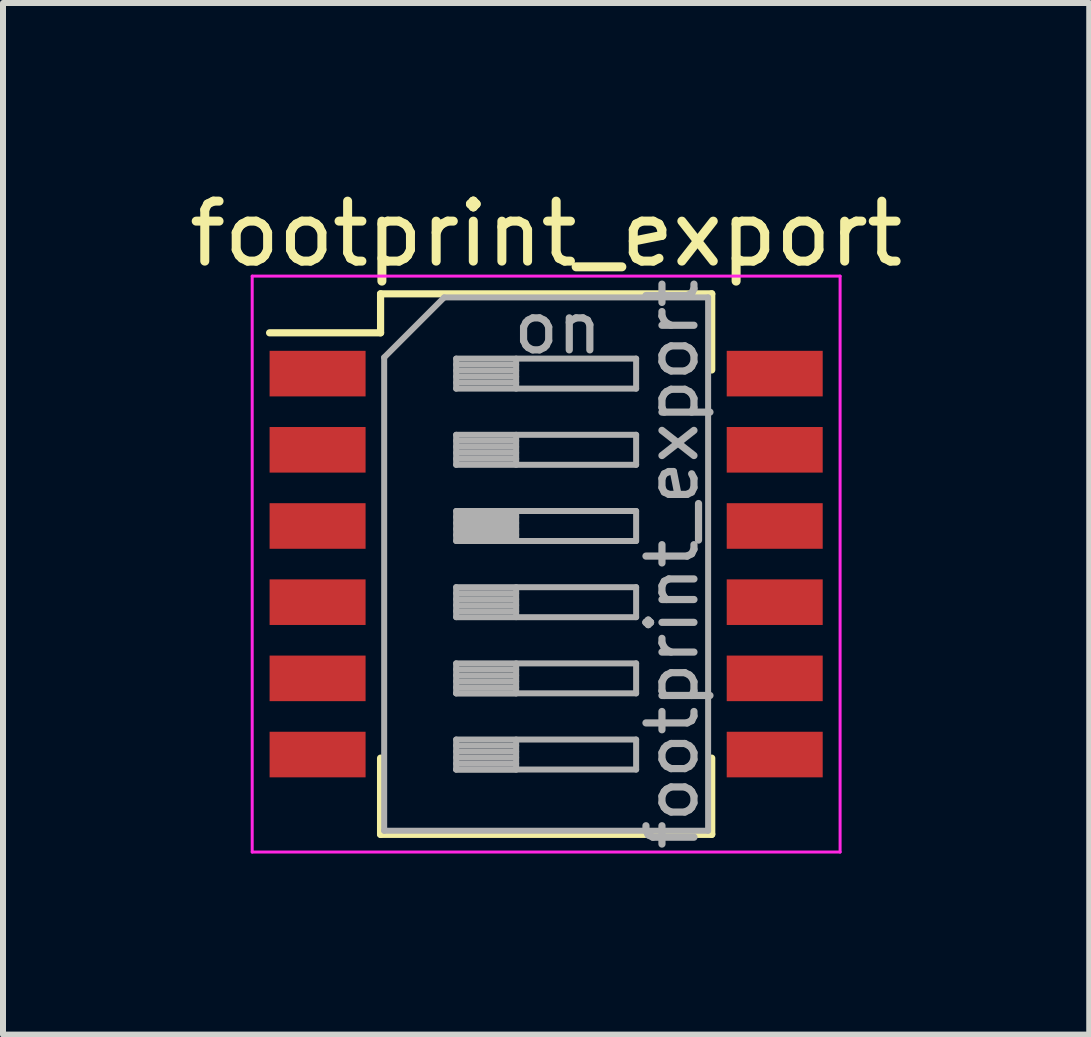
<source format=kicad_pcb>
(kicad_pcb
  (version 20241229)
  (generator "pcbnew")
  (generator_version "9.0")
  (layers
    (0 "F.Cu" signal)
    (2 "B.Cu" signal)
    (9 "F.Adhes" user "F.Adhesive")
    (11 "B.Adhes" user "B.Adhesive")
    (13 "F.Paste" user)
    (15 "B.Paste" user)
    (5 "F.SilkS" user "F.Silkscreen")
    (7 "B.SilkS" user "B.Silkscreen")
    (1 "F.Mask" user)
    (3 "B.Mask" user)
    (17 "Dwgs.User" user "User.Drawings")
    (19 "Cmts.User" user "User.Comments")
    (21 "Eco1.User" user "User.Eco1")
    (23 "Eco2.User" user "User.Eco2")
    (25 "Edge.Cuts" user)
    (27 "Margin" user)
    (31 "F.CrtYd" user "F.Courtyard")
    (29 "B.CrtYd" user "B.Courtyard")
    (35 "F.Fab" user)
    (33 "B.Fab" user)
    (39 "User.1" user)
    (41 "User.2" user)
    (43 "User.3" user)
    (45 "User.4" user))
  (footprint "footprint_export"
    (layer "F.Cu")
    (at 6.054 6.353)
    (property "Reference" "footprint_export" (at 0 -5.505 0) (layer "F.SilkS") (effects (font (size 1 1) (thickness 0.15))))
    (attr smd)
    (fp_line (start -4.61 -3.855) (end -2.76 -3.855) (stroke (width 0.12) (type solid)) (layer "F.SilkS"))
    (fp_line (start -2.76 -4.505) (end -2.76 -3.855) (stroke (width 0.12) (type solid)) (layer "F.SilkS"))
    (fp_line (start -2.76 -4.505) (end 2.76 -4.505) (stroke (width 0.12) (type solid)) (layer "F.SilkS"))
    (fp_line (start -2.76 3.235) (end -2.76 4.505) (stroke (width 0.12) (type solid)) (layer "F.SilkS"))
    (fp_line (start -2.76 4.505) (end 2.76 4.505) (stroke (width 0.12) (type solid)) (layer "F.SilkS"))
    (fp_line (start 2.76 -4.505) (end 2.76 -3.236) (stroke (width 0.12) (type solid)) (layer "F.SilkS"))
    (fp_line (start 2.76 3.235) (end 2.76 4.505) (stroke (width 0.12) (type solid)) (layer "F.SilkS"))
    (fp_line (start -4.9 -4.8) (end -4.9 4.8) (stroke (width 0.05) (type solid)) (layer "F.CrtYd"))
    (fp_line (start -4.9 4.8) (end 4.9 4.8) (stroke (width 0.05) (type solid)) (layer "F.CrtYd"))
    (fp_line (start 4.9 -4.8) (end -4.9 -4.8) (stroke (width 0.05) (type solid)) (layer "F.CrtYd"))
    (fp_line (start 4.9 4.8) (end 4.9 -4.8) (stroke (width 0.05) (type solid)) (layer "F.CrtYd"))
    (fp_line (start -2.7 -3.445) (end -1.7 -4.445) (stroke (width 0.1) (type solid)) (layer "F.Fab"))
    (fp_line (start -2.7 4.445) (end -2.7 -3.445) (stroke (width 0.1) (type solid)) (layer "F.Fab"))
    (fp_line (start -1.7 -4.445) (end 2.7 -4.445) (stroke (width 0.1) (type solid)) (layer "F.Fab"))
    (fp_line (start -1.5 -3.425) (end -1.5 -2.925) (stroke (width 0.1) (type solid)) (layer "F.Fab"))
    (fp_line (start -1.5 -3.325) (end -0.5 -3.325) (stroke (width 0.1) (type solid)) (layer "F.Fab"))
    (fp_line (start -1.5 -3.225) (end -0.5 -3.225) (stroke (width 0.1) (type solid)) (layer "F.Fab"))
    (fp_line (start -1.5 -3.125) (end -0.5 -3.125) (stroke (width 0.1) (type solid)) (layer "F.Fab"))
    (fp_line (start -1.5 -3.025) (end -0.5 -3.025) (stroke (width 0.1) (type solid)) (layer "F.Fab"))
    (fp_line (start -1.5 -2.925) (end 1.5 -2.925) (stroke (width 0.1) (type solid)) (layer "F.Fab"))
    (fp_line (start -1.5 -2.155) (end -1.5 -1.655) (stroke (width 0.1) (type solid)) (layer "F.Fab"))
    (fp_line (start -1.5 -2.055) (end -0.5 -2.055) (stroke (width 0.1) (type solid)) (layer "F.Fab"))
    (fp_line (start -1.5 -1.955) (end -0.5 -1.955) (stroke (width 0.1) (type solid)) (layer "F.Fab"))
    (fp_line (start -1.5 -1.855) (end -0.5 -1.855) (stroke (width 0.1) (type solid)) (layer "F.Fab"))
    (fp_line (start -1.5 -1.755) (end -0.5 -1.755) (stroke (width 0.1) (type solid)) (layer "F.Fab"))
    (fp_line (start -1.5 -1.655) (end 1.5 -1.655) (stroke (width 0.1) (type solid)) (layer "F.Fab"))
    (fp_line (start -1.5 -0.885) (end -1.5 -0.385) (stroke (width 0.1) (type solid)) (layer "F.Fab"))
    (fp_line (start -1.5 -0.785) (end -0.5 -0.785) (stroke (width 0.1) (type solid)) (layer "F.Fab"))
    (fp_line (start -1.5 -0.685) (end -0.5 -0.685) (stroke (width 0.1) (type solid)) (layer "F.Fab"))
    (fp_line (start -1.5 -0.585) (end -0.5 -0.585) (stroke (width 0.1) (type solid)) (layer "F.Fab"))
    (fp_line (start -1.5 -0.485) (end -0.5 -0.485) (stroke (width 0.1) (type solid)) (layer "F.Fab"))
    (fp_line (start -1.5 -0.385) (end 1.5 -0.385) (stroke (width 0.1) (type solid)) (layer "F.Fab"))
    (fp_line (start -1.5 0.385) (end -1.5 0.885) (stroke (width 0.1) (type solid)) (layer "F.Fab"))
    (fp_line (start -1.5 0.485) (end -0.5 0.485) (stroke (width 0.1) (type solid)) (layer "F.Fab"))
    (fp_line (start -1.5 0.585) (end -0.5 0.585) (stroke (width 0.1) (type solid)) (layer "F.Fab"))
    (fp_line (start -1.5 0.685) (end -0.5 0.685) (stroke (width 0.1) (type solid)) (layer "F.Fab"))
    (fp_line (start -1.5 0.785) (end -0.5 0.785) (stroke (width 0.1) (type solid)) (layer "F.Fab"))
    (fp_line (start -1.5 0.885) (end 1.5 0.885) (stroke (width 0.1) (type solid)) (layer "F.Fab"))
    (fp_line (start -1.5 1.655) (end -1.5 2.155) (stroke (width 0.1) (type solid)) (layer "F.Fab"))
    (fp_line (start -1.5 1.755) (end -0.5 1.755) (stroke (width 0.1) (type solid)) (layer "F.Fab"))
    (fp_line (start -1.5 1.855) (end -0.5 1.855) (stroke (width 0.1) (type solid)) (layer "F.Fab"))
    (fp_line (start -1.5 1.955) (end -0.5 1.955) (stroke (width 0.1) (type solid)) (layer "F.Fab"))
    (fp_line (start -1.5 2.055) (end -0.5 2.055) (stroke (width 0.1) (type solid)) (layer "F.Fab"))
    (fp_line (start -1.5 2.155) (end -0.5 2.155) (stroke (width 0.1) (type solid)) (layer "F.Fab"))
    (fp_line (start -1.5 2.155) (end 1.5 2.155) (stroke (width 0.1) (type solid)) (layer "F.Fab"))
    (fp_line (start -1.5 2.925) (end -1.5 3.425) (stroke (width 0.1) (type solid)) (layer "F.Fab"))
    (fp_line (start -1.5 3.025) (end -0.5 3.025) (stroke (width 0.1) (type solid)) (layer "F.Fab"))
    (fp_line (start -1.5 3.125) (end -0.5 3.125) (stroke (width 0.1) (type solid)) (layer "F.Fab"))
    (fp_line (start -1.5 3.225) (end -0.5 3.225) (stroke (width 0.1) (type solid)) (layer "F.Fab"))
    (fp_line (start -1.5 3.325) (end -0.5 3.325) (stroke (width 0.1) (type solid)) (layer "F.Fab"))
    (fp_line (start -1.5 3.425) (end -0.5 3.425) (stroke (width 0.1) (type solid)) (layer "F.Fab"))
    (fp_line (start -1.5 3.425) (end 1.5 3.425) (stroke (width 0.1) (type solid)) (layer "F.Fab"))
    (fp_line (start -0.5 -3.425) (end -0.5 -2.925) (stroke (width 0.1) (type solid)) (layer "F.Fab"))
    (fp_line (start -0.5 -2.155) (end -0.5 -1.655) (stroke (width 0.1) (type solid)) (layer "F.Fab"))
    (fp_line (start -0.5 -0.885) (end -0.5 -0.385) (stroke (width 0.1) (type solid)) (layer "F.Fab"))
    (fp_line (start -0.5 0.385) (end -0.5 0.885) (stroke (width 0.1) (type solid)) (layer "F.Fab"))
    (fp_line (start -0.5 1.655) (end -0.5 2.155) (stroke (width 0.1) (type solid)) (layer "F.Fab"))
    (fp_line (start -0.5 2.925) (end -0.5 3.425) (stroke (width 0.1) (type solid)) (layer "F.Fab"))
    (fp_line (start 1.5 -3.425) (end -1.5 -3.425) (stroke (width 0.1) (type solid)) (layer "F.Fab"))
    (fp_line (start 1.5 -2.925) (end 1.5 -3.425) (stroke (width 0.1) (type solid)) (layer "F.Fab"))
    (fp_line (start 1.5 -2.155) (end -1.5 -2.155) (stroke (width 0.1) (type solid)) (layer "F.Fab"))
    (fp_line (start 1.5 -1.655) (end 1.5 -2.155) (stroke (width 0.1) (type solid)) (layer "F.Fab"))
    (fp_line (start 1.5 -0.885) (end -1.5 -0.885) (stroke (width 0.1) (type solid)) (layer "F.Fab"))
    (fp_line (start 1.5 -0.385) (end 1.5 -0.885) (stroke (width 0.1) (type solid)) (layer "F.Fab"))
    (fp_line (start 1.5 0.385) (end -1.5 0.385) (stroke (width 0.1) (type solid)) (layer "F.Fab"))
    (fp_line (start 1.5 0.885) (end 1.5 0.385) (stroke (width 0.1) (type solid)) (layer "F.Fab"))
    (fp_line (start 1.5 1.655) (end -1.5 1.655) (stroke (width 0.1) (type solid)) (layer "F.Fab"))
    (fp_line (start 1.5 2.155) (end 1.5 1.655) (stroke (width 0.1) (type solid)) (layer "F.Fab"))
    (fp_line (start 1.5 2.925) (end -1.5 2.925) (stroke (width 0.1) (type solid)) (layer "F.Fab"))
    (fp_line (start 1.5 3.425) (end 1.5 2.925) (stroke (width 0.1) (type solid)) (layer "F.Fab"))
    (fp_line (start 2.7 -4.445) (end 2.7 4.445) (stroke (width 0.1) (type solid)) (layer "F.Fab"))
    (fp_line (start 2.7 4.445) (end -2.7 4.445) (stroke (width 0.1) (type solid)) (layer "F.Fab"))
    (fp_text user "${REFERENCE}" (at 2.1 0 90) (layer "F.Fab") (effects (font (size 0.8 0.8) (thickness 0.12))))
    (fp_text user "on" (at 0.195 -3.935 0) (layer "F.Fab") (effects (font (size 0.8 0.8) (thickness 0.12))))
    (pad "1" smd rect (at -3.81 -3.175) (size 1.6 0.76) (layers "F.Cu" "F.Mask" "F.Paste"))
    (pad "2" smd rect (at -3.81 -1.905) (size 1.6 0.76) (layers "F.Cu" "F.Mask" "F.Paste"))
    (pad "3" smd rect (at -3.81 -0.635) (size 1.6 0.76) (layers "F.Cu" "F.Mask" "F.Paste"))
    (pad "4" smd rect (at -3.81 0.635) (size 1.6 0.76) (layers "F.Cu" "F.Mask" "F.Paste"))
    (pad "5" smd rect (at -3.81 1.905) (size 1.6 0.76) (layers "F.Cu" "F.Mask" "F.Paste"))
    (pad "6" smd rect (at -3.81 3.175) (size 1.6 0.76) (layers "F.Cu" "F.Mask" "F.Paste"))
    (pad "7" smd rect (at 3.81 3.175) (size 1.6 0.76) (layers "F.Cu" "F.Mask" "F.Paste"))
    (pad "8" smd rect (at 3.81 1.905) (size 1.6 0.76) (layers "F.Cu" "F.Mask" "F.Paste"))
    (pad "9" smd rect (at 3.81 0.635) (size 1.6 0.76) (layers "F.Cu" "F.Mask" "F.Paste"))
    (pad "10" smd rect (at 3.81 -0.635) (size 1.6 0.76) (layers "F.Cu" "F.Mask" "F.Paste"))
    (pad "11" smd rect (at 3.81 -1.905) (size 1.6 0.76) (layers "F.Cu" "F.Mask" "F.Paste"))
    (pad "12" smd rect (at 3.81 -3.175) (size 1.6 0.76) (layers "F.Cu" "F.Mask" "F.Paste")))
  (gr_rect
    (start -3 -3)
    (end 15.107 14.196)
    (stroke (width 0.1) (type default))
    (fill no)
    (layer "Edge.Cuts")))
</source>
